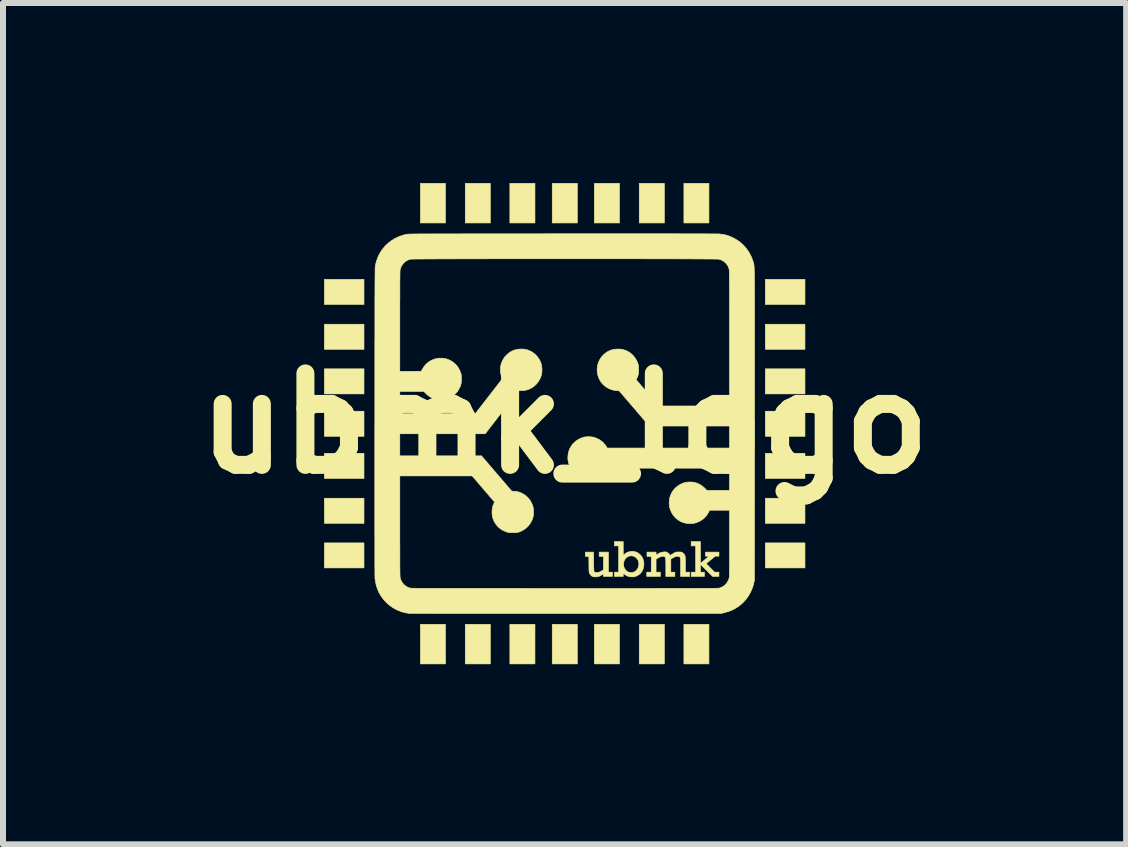
<source format=kicad_pcb>
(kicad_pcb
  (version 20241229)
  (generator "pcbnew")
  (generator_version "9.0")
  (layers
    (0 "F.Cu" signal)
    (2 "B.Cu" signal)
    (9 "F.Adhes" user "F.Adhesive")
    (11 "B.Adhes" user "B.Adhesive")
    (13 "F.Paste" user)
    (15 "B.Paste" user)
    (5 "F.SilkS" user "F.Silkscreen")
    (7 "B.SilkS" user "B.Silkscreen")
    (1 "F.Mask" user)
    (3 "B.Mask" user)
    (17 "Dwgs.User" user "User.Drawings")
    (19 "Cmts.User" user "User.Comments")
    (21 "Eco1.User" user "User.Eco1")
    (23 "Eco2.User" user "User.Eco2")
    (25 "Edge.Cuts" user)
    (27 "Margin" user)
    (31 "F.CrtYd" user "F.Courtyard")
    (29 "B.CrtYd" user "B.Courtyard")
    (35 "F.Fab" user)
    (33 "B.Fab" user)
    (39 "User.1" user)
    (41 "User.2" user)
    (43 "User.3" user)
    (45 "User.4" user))
  (footprint "ubmk_logo"
    (layer "F.Cu")
    (at 6.357 4.007)
    (property "Reference" "ubmk_logo" (at 0 0 0) (layer "F.SilkS") (effects (font (size 1.524 1.524) (thickness 0.3))))
    (attr through_hole)
    (fp_poly (pts (xy -3.342 -1.984) (xy -4.002 -1.984) (xy -4.002 -2.402) (xy -3.342 -2.402) (xy -3.342 -1.984)) (stroke (width 0.01) (type solid)) (fill yes) (layer "F.SilkS"))
    (fp_poly (pts (xy -3.342 -1.237) (xy -4.002 -1.237) (xy -4.002 -1.654) (xy -3.342 -1.654) (xy -3.342 -1.237)) (stroke (width 0.01) (type solid)) (fill yes) (layer "F.SilkS"))
    (fp_poly (pts (xy -3.342 -0.493) (xy -4.002 -0.493) (xy -4.002 -0.911) (xy -3.342 -0.911) (xy -3.342 -0.493)) (stroke (width 0.01) (type solid)) (fill yes) (layer "F.SilkS"))
    (fp_poly (pts (xy -3.342 0.213) (xy -4.002 0.213) (xy -4.002 -0.205) (xy -3.342 -0.205) (xy -3.342 0.213)) (stroke (width 0.01) (type solid)) (fill yes) (layer "F.SilkS"))
    (fp_poly (pts (xy -3.342 0.915) (xy -4.002 0.915) (xy -4.002 0.497) (xy -3.342 0.497) (xy -3.342 0.915)) (stroke (width 0.01) (type solid)) (fill yes) (layer "F.SilkS"))
    (fp_poly (pts (xy -3.342 1.663) (xy -4.002 1.663) (xy -4.002 1.245) (xy -3.342 1.245) (xy -3.342 1.663)) (stroke (width 0.01) (type solid)) (fill yes) (layer "F.SilkS"))
    (fp_poly (pts (xy -3.342 2.406) (xy -4.002 2.406) (xy -4.002 1.989) (xy -3.342 1.989) (xy -3.342 2.406)) (stroke (width 0.01) (type solid)) (fill yes) (layer "F.SilkS"))
    (fp_poly (pts (xy -1.984 -3.342) (xy -2.402 -3.342) (xy -2.402 -4.002) (xy -1.984 -4.002) (xy -1.984 -3.342)) (stroke (width 0.01) (type solid)) (fill yes) (layer "F.SilkS"))
    (fp_poly (pts (xy -1.984 4.006) (xy -2.402 4.006) (xy -2.402 3.346) (xy -1.984 3.346) (xy -1.984 4.006)) (stroke (width 0.01) (type solid)) (fill yes) (layer "F.SilkS"))
    (fp_poly (pts (xy -1.237 -3.342) (xy -1.654 -3.342) (xy -1.654 -4.002) (xy -1.237 -4.002) (xy -1.237 -3.342)) (stroke (width 0.01) (type solid)) (fill yes) (layer "F.SilkS"))
    (fp_poly (pts (xy -1.237 4.006) (xy -1.654 4.006) (xy -1.654 3.346) (xy -1.237 3.346) (xy -1.237 4.006)) (stroke (width 0.01) (type solid)) (fill yes) (layer "F.SilkS"))
    (fp_poly (pts (xy -0.493 -3.342) (xy -0.911 -3.342) (xy -0.911 -4.002) (xy -0.493 -4.002) (xy -0.493 -3.342)) (stroke (width 0.01) (type solid)) (fill yes) (layer "F.SilkS"))
    (fp_poly (pts (xy -0.493 4.006) (xy -0.911 4.006) (xy -0.911 3.346) (xy -0.493 3.346) (xy -0.493 4.006)) (stroke (width 0.01) (type solid)) (fill yes) (layer "F.SilkS"))
    (fp_poly (pts (xy 0.213 -3.342) (xy -0.205 -3.342) (xy -0.205 -4.002) (xy 0.213 -4.002) (xy 0.213 -3.342)) (stroke (width 0.01) (type solid)) (fill yes) (layer "F.SilkS"))
    (fp_poly (pts (xy 0.213 4.006) (xy -0.205 4.006) (xy -0.205 3.346) (xy 0.213 3.346) (xy 0.213 4.006)) (stroke (width 0.01) (type solid)) (fill yes) (layer "F.SilkS"))
    (fp_poly (pts (xy 0.915 -3.342) (xy 0.497 -3.342) (xy 0.497 -4.002) (xy 0.915 -4.002) (xy 0.915 -3.342)) (stroke (width 0.01) (type solid)) (fill yes) (layer "F.SilkS"))
    (fp_poly (pts (xy 0.915 4.006) (xy 0.497 4.006) (xy 0.497 3.346) (xy 0.915 3.346) (xy 0.915 4.006)) (stroke (width 0.01) (type solid)) (fill yes) (layer "F.SilkS"))
    (fp_poly (pts (xy 1.663 -3.342) (xy 1.245 -3.342) (xy 1.245 -4.002) (xy 1.663 -4.002) (xy 1.663 -3.342)) (stroke (width 0.01) (type solid)) (fill yes) (layer "F.SilkS"))
    (fp_poly (pts (xy 1.663 4.006) (xy 1.245 4.006) (xy 1.245 3.346) (xy 1.663 3.346) (xy 1.663 4.006)) (stroke (width 0.01) (type solid)) (fill yes) (layer "F.SilkS"))
    (fp_poly (pts (xy 2.406 -3.342) (xy 1.989 -3.342) (xy 1.989 -4.002) (xy 2.406 -4.002) (xy 2.406 -3.342)) (stroke (width 0.01) (type solid)) (fill yes) (layer "F.SilkS"))
    (fp_poly (pts (xy 2.406 4.006) (xy 1.989 4.006) (xy 1.989 3.346) (xy 2.406 3.346) (xy 2.406 4.006)) (stroke (width 0.01) (type solid)) (fill yes) (layer "F.SilkS"))
    (fp_poly (pts (xy 4.006 -1.984) (xy 3.346 -1.984) (xy 3.346 -2.402) (xy 4.006 -2.402) (xy 4.006 -1.984)) (stroke (width 0.01) (type solid)) (fill yes) (layer "F.SilkS"))
    (fp_poly (pts (xy 4.006 -1.237) (xy 3.346 -1.237) (xy 3.346 -1.654) (xy 4.006 -1.654) (xy 4.006 -1.237)) (stroke (width 0.01) (type solid)) (fill yes) (layer "F.SilkS"))
    (fp_poly (pts (xy 4.006 -0.493) (xy 3.346 -0.493) (xy 3.346 -0.911) (xy 4.006 -0.911) (xy 4.006 -0.493)) (stroke (width 0.01) (type solid)) (fill yes) (layer "F.SilkS"))
    (fp_poly (pts (xy 4.006 0.213) (xy 3.346 0.213) (xy 3.346 -0.205) (xy 4.006 -0.205) (xy 4.006 0.213)) (stroke (width 0.01) (type solid)) (fill yes) (layer "F.SilkS"))
    (fp_poly (pts (xy 4.006 0.915) (xy 3.346 0.915) (xy 3.346 0.497) (xy 4.006 0.497) (xy 4.006 0.915)) (stroke (width 0.01) (type solid)) (fill yes) (layer "F.SilkS"))
    (fp_poly (pts (xy 4.006 1.663) (xy 3.346 1.663) (xy 3.346 1.245) (xy 4.006 1.245) (xy 4.006 1.663)) (stroke (width 0.01) (type solid)) (fill yes) (layer "F.SilkS"))
    (fp_poly (pts (xy 4.006 2.406) (xy 3.346 2.406) (xy 3.346 1.989) (xy 4.006 1.989) (xy 4.006 2.406)) (stroke (width 0.01) (type solid)) (fill yes) (layer "F.SilkS"))
    (fp_poly (pts (xy 2.265 2.149) (xy 2.266 2.33) (xy 2.408 2.212) (xy 2.348 2.21) (xy 2.348 2.143) (xy 2.573 2.143) (xy 2.573 2.21) (xy 2.51 2.21) (xy 2.441 2.267) (xy 2.42 2.285) (xy 2.401 2.3) (xy 2.385 2.313) (xy 2.373 2.323) (xy 2.366 2.329) (xy 2.365 2.33) (xy 2.363 2.332) (xy 2.364 2.336) (xy 2.368 2.342) (xy 2.376 2.351) (xy 2.387 2.363) (xy 2.404 2.38) (xy 2.425 2.402) (xy 2.429 2.406) (xy 2.5 2.477) (xy 2.573 2.477) (xy 2.573 2.548) (xy 2.467 2.548) (xy 2.366 2.447) (xy 2.264 2.346) (xy 2.264 2.477) (xy 2.331 2.477) (xy 2.331 2.548) (xy 2.11 2.548) (xy 2.11 2.477) (xy 2.185 2.477) (xy 2.185 2.039) (xy 2.11 2.039) (xy 2.11 1.968) (xy 2.264 1.968) (xy 2.265 2.149)) (stroke (width 0.01) (type solid)) (fill yes) (layer "F.SilkS"))
    (fp_poly (pts (xy 0.485 2.301) (xy 0.486 2.343) (xy 0.486 2.378) (xy 0.487 2.406) (xy 0.488 2.428) (xy 0.489 2.445) (xy 0.49 2.457) (xy 0.493 2.466) (xy 0.496 2.472) (xy 0.499 2.476) (xy 0.504 2.479) (xy 0.51 2.482) (xy 0.511 2.482) (xy 0.528 2.485) (xy 0.549 2.484) (xy 0.573 2.478) (xy 0.597 2.469) (xy 0.619 2.457) (xy 0.634 2.446) (xy 0.648 2.435) (xy 0.648 2.214) (xy 0.577 2.214) (xy 0.577 2.143) (xy 0.731 2.143) (xy 0.731 2.477) (xy 0.798 2.477) (xy 0.798 2.548) (xy 0.648 2.548) (xy 0.648 2.506) (xy 0.634 2.515) (xy 0.623 2.521) (xy 0.609 2.529) (xy 0.592 2.538) (xy 0.59 2.539) (xy 0.572 2.547) (xy 0.557 2.552) (xy 0.54 2.554) (xy 0.525 2.555) (xy 0.497 2.555) (xy 0.475 2.552) (xy 0.473 2.551) (xy 0.45 2.539) (xy 0.431 2.52) (xy 0.417 2.497) (xy 0.414 2.49) (xy 0.412 2.484) (xy 0.41 2.477) (xy 0.409 2.468) (xy 0.408 2.456) (xy 0.407 2.439) (xy 0.407 2.418) (xy 0.407 2.391) (xy 0.406 2.357) (xy 0.406 2.345) (xy 0.405 2.214) (xy 0.347 2.214) (xy 0.347 2.143) (xy 0.484 2.143) (xy 0.485 2.301)) (stroke (width 0.01) (type solid)) (fill yes) (layer "F.SilkS"))
    (fp_poly (pts (xy 0.978 2.08) (xy 0.978 2.11) (xy 0.978 2.137) (xy 0.978 2.16) (xy 0.979 2.177) (xy 0.979 2.189) (xy 0.98 2.193) (xy 0.98 2.193) (xy 0.984 2.191) (xy 0.993 2.184) (xy 1.001 2.177) (xy 1.032 2.155) (xy 1.067 2.14) (xy 1.105 2.132) (xy 1.143 2.131) (xy 1.176 2.137) (xy 1.209 2.149) (xy 1.238 2.167) (xy 1.264 2.19) (xy 1.289 2.221) (xy 1.307 2.257) (xy 1.318 2.296) (xy 1.323 2.336) (xy 1.32 2.377) (xy 1.311 2.417) (xy 1.294 2.455) (xy 1.285 2.471) (xy 1.264 2.497) (xy 1.241 2.518) (xy 1.211 2.535) (xy 1.204 2.539) (xy 1.187 2.546) (xy 1.174 2.551) (xy 1.159 2.554) (xy 1.141 2.555) (xy 1.135 2.555) (xy 1.103 2.555) (xy 1.078 2.551) (xy 1.075 2.551) (xy 1.043 2.539) (xy 1.015 2.524) (xy 0.996 2.509) (xy 0.987 2.5) (xy 0.981 2.495) (xy 0.979 2.494) (xy 0.978 2.498) (xy 0.978 2.508) (xy 0.978 2.521) (xy 0.978 2.548) (xy 0.831 2.548) (xy 0.831 2.477) (xy 0.902 2.477) (xy 0.902 2.345) (xy 0.983 2.345) (xy 0.985 2.376) (xy 0.994 2.404) (xy 1.008 2.43) (xy 1.027 2.452) (xy 1.05 2.469) (xy 1.077 2.48) (xy 1.107 2.484) (xy 1.118 2.484) (xy 1.145 2.479) (xy 1.166 2.471) (xy 1.192 2.452) (xy 1.212 2.428) (xy 1.227 2.4) (xy 1.236 2.37) (xy 1.239 2.339) (xy 1.235 2.308) (xy 1.225 2.278) (xy 1.207 2.251) (xy 1.203 2.246) (xy 1.179 2.225) (xy 1.152 2.211) (xy 1.124 2.205) (xy 1.095 2.205) (xy 1.068 2.212) (xy 1.042 2.226) (xy 1.019 2.246) (xy 1.001 2.272) (xy 0.997 2.281) (xy 0.986 2.313) (xy 0.983 2.345) (xy 0.902 2.345) (xy 0.902 2.039) (xy 0.831 2.039) (xy 0.831 1.968) (xy 0.978 1.968) (xy 0.978 2.08)) (stroke (width 0.01) (type solid)) (fill yes) (layer "F.SilkS"))
    (fp_poly (pts (xy 1.687 2.14) (xy 1.697 2.143) (xy 1.709 2.148) (xy 1.713 2.15) (xy 1.735 2.165) (xy 1.748 2.181) (xy 1.761 2.2) (xy 1.784 2.183) (xy 1.801 2.173) (xy 1.82 2.161) (xy 1.834 2.154) (xy 1.847 2.148) (xy 1.858 2.144) (xy 1.869 2.142) (xy 1.884 2.141) (xy 1.904 2.141) (xy 1.906 2.141) (xy 1.926 2.141) (xy 1.939 2.142) (xy 1.949 2.143) (xy 1.957 2.146) (xy 1.965 2.151) (xy 1.968 2.154) (xy 1.99 2.173) (xy 2.005 2.197) (xy 2.009 2.209) (xy 2.01 2.218) (xy 2.011 2.233) (xy 2.012 2.255) (xy 2.013 2.282) (xy 2.013 2.312) (xy 2.014 2.346) (xy 2.014 2.351) (xy 2.014 2.477) (xy 2.085 2.477) (xy 2.085 2.548) (xy 1.934 2.548) (xy 1.934 2.4) (xy 1.934 2.357) (xy 1.934 2.323) (xy 1.933 2.295) (xy 1.933 2.272) (xy 1.931 2.255) (xy 1.929 2.243) (xy 1.926 2.233) (xy 1.923 2.227) (xy 1.918 2.222) (xy 1.912 2.218) (xy 1.908 2.216) (xy 1.891 2.211) (xy 1.869 2.212) (xy 1.845 2.219) (xy 1.818 2.231) (xy 1.79 2.247) (xy 1.79 2.247) (xy 1.771 2.26) (xy 1.771 2.477) (xy 1.838 2.477) (xy 1.838 2.548) (xy 1.688 2.548) (xy 1.688 2.399) (xy 1.688 2.359) (xy 1.688 2.327) (xy 1.687 2.301) (xy 1.687 2.281) (xy 1.686 2.266) (xy 1.685 2.255) (xy 1.684 2.246) (xy 1.683 2.24) (xy 1.681 2.236) (xy 1.68 2.235) (xy 1.673 2.224) (xy 1.664 2.216) (xy 1.663 2.215) (xy 1.647 2.211) (xy 1.626 2.213) (xy 1.601 2.22) (xy 1.574 2.232) (xy 1.545 2.248) (xy 1.525 2.261) (xy 1.525 2.477) (xy 1.596 2.477) (xy 1.596 2.548) (xy 1.37 2.548) (xy 1.37 2.477) (xy 1.445 2.477) (xy 1.445 2.214) (xy 1.374 2.214) (xy 1.374 2.143) (xy 1.525 2.143) (xy 1.525 2.193) (xy 1.55 2.177) (xy 1.583 2.158) (xy 1.614 2.147) (xy 1.646 2.141) (xy 1.656 2.14) (xy 1.674 2.139) (xy 1.687 2.14)) (stroke (width 0.01) (type solid)) (fill yes) (layer "F.SilkS"))
    (fp_poly (pts (xy 1.155 -3.162) (xy 1.293 -3.162) (xy 1.423 -3.162) (xy 1.546 -3.162) (xy 1.661 -3.162) (xy 1.769 -3.162) (xy 1.87 -3.162) (xy 1.963 -3.161) (xy 2.05 -3.161) (xy 2.13 -3.161) (xy 2.202 -3.161) (xy 2.269 -3.161) (xy 2.328 -3.161) (xy 2.381 -3.16) (xy 2.428 -3.16) (xy 2.468 -3.16) (xy 2.502 -3.16) (xy 2.53 -3.159) (xy 2.552 -3.159) (xy 2.568 -3.159) (xy 2.578 -3.159) (xy 2.582 -3.158) (xy 2.637 -3.151) (xy 2.688 -3.141) (xy 2.736 -3.126) (xy 2.784 -3.106) (xy 2.82 -3.089) (xy 2.883 -3.052) (xy 2.94 -3.009) (xy 2.992 -2.96) (xy 3.038 -2.905) (xy 3.078 -2.845) (xy 3.111 -2.781) (xy 3.138 -2.712) (xy 3.143 -2.693) (xy 3.145 -2.688) (xy 3.147 -2.683) (xy 3.148 -2.679) (xy 3.149 -2.675) (xy 3.151 -2.671) (xy 3.152 -2.666) (xy 3.153 -2.662) (xy 3.154 -2.656) (xy 3.155 -2.65) (xy 3.156 -2.643) (xy 3.157 -2.635) (xy 3.158 -2.625) (xy 3.159 -2.614) (xy 3.16 -2.601) (xy 3.16 -2.586) (xy 3.161 -2.569) (xy 3.161 -2.549) (xy 3.162 -2.527) (xy 3.163 -2.502) (xy 3.163 -2.474) (xy 3.164 -2.443) (xy 3.164 -2.409) (xy 3.164 -2.371) (xy 3.165 -2.33) (xy 3.165 -2.284) (xy 3.165 -2.235) (xy 3.165 -2.181) (xy 3.166 -2.122) (xy 3.166 -2.059) (xy 3.166 -1.991) (xy 3.166 -1.917) (xy 3.166 -1.839) (xy 3.166 -1.755) (xy 3.166 -1.665) (xy 3.166 -1.57) (xy 3.166 -1.468) (xy 3.166 -1.36) (xy 3.166 -1.245) (xy 3.166 -1.124) (xy 3.166 -0.996) (xy 3.166 -0.861) (xy 3.166 -0.719) (xy 3.166 -0.569) (xy 3.166 -0.411) (xy 3.166 -0.246) (xy 3.166 -0.072) (xy 3.166 0.027) (xy 3.164 2.613) (xy 3.155 2.653) (xy 3.144 2.698) (xy 3.131 2.737) (xy 3.116 2.775) (xy 3.102 2.805) (xy 3.066 2.87) (xy 3.023 2.93) (xy 2.975 2.983) (xy 2.922 3.03) (xy 2.863 3.071) (xy 2.799 3.106) (xy 2.73 3.133) (xy 2.656 3.154) (xy 2.655 3.155) (xy 2.613 3.164) (xy 0.019 3.165) (xy -0.128 3.165) (xy -0.273 3.165) (xy -0.416 3.165) (xy -0.556 3.165) (xy -0.694 3.165) (xy -0.828 3.165) (xy -0.959 3.165) (xy -1.087 3.165) (xy -1.212 3.165) (xy -1.332 3.165) (xy -1.449 3.165) (xy -1.561 3.165) (xy -1.668 3.165) (xy -1.771 3.165) (xy -1.869 3.165) (xy -1.962 3.165) (xy -2.049 3.165) (xy -2.131 3.165) (xy -2.206 3.165) (xy -2.276 3.164) (xy -2.339 3.164) (xy -2.396 3.164) (xy -2.446 3.164) (xy -2.489 3.164) (xy -2.524 3.164) (xy -2.553 3.164) (xy -2.573 3.164) (xy -2.586 3.164) (xy -2.59 3.164) (xy -2.659 3.152) (xy -2.727 3.133) (xy -2.793 3.106) (xy -2.855 3.072) (xy -2.913 3.032) (xy -2.966 2.986) (xy -3.014 2.934) (xy -3.051 2.885) (xy -3.089 2.822) (xy -3.118 2.758) (xy -3.139 2.69) (xy -3.154 2.619) (xy -3.158 2.582) (xy -3.159 2.575) (xy -3.159 2.563) (xy -3.159 2.545) (xy -3.16 2.521) (xy -3.16 2.49) (xy -3.16 2.454) (xy -3.16 2.412) (xy -3.161 2.363) (xy -3.161 2.308) (xy -3.161 2.246) (xy -3.161 2.177) (xy -3.161 2.102) (xy -3.161 2.02) (xy -3.161 1.931) (xy -3.162 1.835) (xy -3.162 1.732) (xy -3.162 1.622) (xy -3.162 1.504) (xy -3.162 1.379) (xy -3.162 1.247) (xy -3.162 1.106) (xy -3.162 0.959) (xy -3.162 0.803) (xy -3.162 0.639) (xy -3.162 0.468) (xy -3.162 0.288) (xy -3.162 0.1) (xy -3.161 -0.031) (xy -3.161 -0.207) (xy -3.161 -0.374) (xy -3.161 -0.534) (xy -3.161 -0.535) (xy -2.745 -0.535) (xy -2.744 -0.35) (xy -2.743 -0.165) (xy -1.486 -0.165) (xy -1.29 -0.418) (xy -1.258 -0.459) (xy -1.227 -0.499) (xy -1.197 -0.538) (xy -1.169 -0.574) (xy -1.143 -0.608) (xy -1.12 -0.637) (xy -1.1 -0.663) (xy -1.084 -0.684) (xy -1.072 -0.699) (xy -1.065 -0.709) (xy -1.036 -0.747) (xy -1.046 -0.771) (xy -1.059 -0.813) (xy -1.067 -0.858) (xy -1.069 -0.905) (xy -1.065 -0.951) (xy -1.057 -0.99) (xy -1.046 -1.02) (xy -1.032 -1.052) (xy -1.015 -1.082) (xy -0.996 -1.109) (xy -0.99 -1.117) (xy -0.951 -1.156) (xy -0.909 -1.189) (xy -0.864 -1.213) (xy -0.816 -1.23) (xy -0.764 -1.239) (xy -0.725 -1.241) (xy -0.69 -1.24) (xy -0.66 -1.237) (xy -0.634 -1.231) (xy -0.606 -1.223) (xy -0.597 -1.219) (xy -0.549 -1.197) (xy -0.506 -1.167) (xy -0.468 -1.132) (xy -0.436 -1.091) (xy -0.409 -1.046) (xy -0.39 -0.998) (xy -0.382 -0.965) (xy -0.378 -0.935) (xy -0.376 -0.902) (xy -0.377 -0.867) (xy -0.38 -0.834) (xy -0.386 -0.805) (xy -0.389 -0.796) (xy -0.409 -0.745) (xy -0.436 -0.699) (xy -0.469 -0.657) (xy -0.507 -0.622) (xy -0.551 -0.592) (xy -0.577 -0.579) (xy -0.611 -0.565) (xy -0.642 -0.556) (xy -0.675 -0.551) (xy -0.713 -0.55) (xy -0.716 -0.55) (xy -0.765 -0.549) (xy -1.044 -0.189) (xy -1.322 0.171) (xy -2.745 0.171) (xy -2.745 0.539) (xy -1.384 0.539) (xy -1.132 0.833) (xy -0.88 1.127) (xy -0.838 1.129) (xy -0.803 1.132) (xy -0.773 1.138) (xy -0.745 1.148) (xy -0.713 1.161) (xy -0.708 1.164) (xy -0.662 1.191) (xy -0.622 1.224) (xy -0.587 1.262) (xy -0.558 1.307) (xy -0.553 1.317) (xy -0.539 1.348) (xy -0.528 1.377) (xy -0.521 1.407) (xy -0.518 1.439) (xy -0.517 1.475) (xy -0.518 1.512) (xy -0.522 1.545) (xy -0.529 1.574) (xy -0.539 1.603) (xy -0.553 1.633) (xy -0.582 1.679) (xy -0.615 1.719) (xy -0.654 1.753) (xy -0.699 1.781) (xy -0.708 1.786) (xy -0.734 1.798) (xy -0.756 1.807) (xy -0.778 1.813) (xy -0.801 1.817) (xy -0.827 1.819) (xy -0.859 1.819) (xy -0.865 1.819) (xy -0.89 1.819) (xy -0.909 1.819) (xy -0.923 1.818) (xy -0.935 1.816) (xy -0.948 1.813) (xy -0.962 1.808) (xy -0.969 1.805) (xy -1.021 1.784) (xy -1.067 1.756) (xy -1.107 1.722) (xy -1.141 1.682) (xy -1.17 1.637) (xy -1.191 1.588) (xy -1.199 1.56) (xy -1.204 1.538) (xy -1.207 1.515) (xy -1.208 1.488) (xy -1.208 1.477) (xy -1.207 1.439) (xy -1.203 1.407) (xy -1.195 1.376) (xy -1.183 1.345) (xy -1.18 1.338) (xy -1.166 1.308) (xy -1.353 1.09) (xy -1.539 0.873) (xy -2.745 0.873) (xy -2.745 1.708) (xy -2.745 1.808) (xy -2.745 1.9) (xy -2.745 1.984) (xy -2.744 2.061) (xy -2.744 2.131) (xy -2.744 2.195) (xy -2.744 2.252) (xy -2.744 2.303) (xy -2.744 2.348) (xy -2.744 2.388) (xy -2.743 2.423) (xy -2.743 2.454) (xy -2.743 2.48) (xy -2.742 2.502) (xy -2.742 2.52) (xy -2.741 2.535) (xy -2.741 2.547) (xy -2.74 2.557) (xy -2.74 2.564) (xy -2.739 2.569) (xy -2.739 2.57) (xy -2.726 2.611) (xy -2.706 2.648) (xy -2.68 2.68) (xy -2.648 2.708) (xy -2.612 2.729) (xy -2.58 2.741) (xy -2.578 2.742) (xy -2.575 2.742) (xy -2.571 2.742) (xy -2.567 2.743) (xy -2.561 2.743) (xy -2.554 2.744) (xy -2.545 2.744) (xy -2.534 2.744) (xy -2.521 2.745) (xy -2.506 2.745) (xy -2.488 2.745) (xy -2.468 2.746) (xy -2.445 2.746) (xy -2.419 2.746) (xy -2.39 2.746) (xy -2.357 2.747) (xy -2.321 2.747) (xy -2.281 2.747) (xy -2.237 2.747) (xy -2.189 2.747) (xy -2.136 2.747) (xy -2.079 2.748) (xy -2.017 2.748) (xy -1.95 2.748) (xy -1.878 2.748) (xy -1.801 2.748) (xy -1.718 2.748) (xy -1.629 2.748) (xy -1.534 2.748) (xy -1.433 2.748) (xy -1.326 2.748) (xy -1.212 2.748) (xy -1.092 2.748) (xy -0.964 2.748) (xy -0.829 2.748) (xy -0.687 2.748) (xy -0.538 2.749) (xy -0.381 2.749) (xy -0.216 2.749) (xy -0.042 2.749) (xy 0.000166 2.749) (xy 0.177 2.749) (xy 0.345 2.749) (xy 0.506 2.749) (xy 0.658 2.749) (xy 0.803 2.749) (xy 0.941 2.749) (xy 1.072 2.749) (xy 1.195 2.749) (xy 1.312 2.749) (xy 1.422 2.749) (xy 1.525 2.748) (xy 1.622 2.748) (xy 1.714 2.748) (xy 1.799 2.748) (xy 1.879 2.748) (xy 1.953 2.748) (xy 2.022 2.748) (xy 2.085 2.748) (xy 2.144 2.748) (xy 2.198 2.748) (xy 2.248 2.747) (xy 2.293 2.747) (xy 2.334 2.747) (xy 2.371 2.747) (xy 2.404 2.747) (xy 2.434 2.746) (xy 2.46 2.746) (xy 2.483 2.746) (xy 2.503 2.746) (xy 2.521 2.745) (xy 2.535 2.745) (xy 2.547 2.745) (xy 2.557 2.744) (xy 2.565 2.744) (xy 2.571 2.744) (xy 2.575 2.743) (xy 2.578 2.743) (xy 2.579 2.743) (xy 2.619 2.728) (xy 2.655 2.707) (xy 2.686 2.679) (xy 2.712 2.646) (xy 2.732 2.609) (xy 2.742 2.579) (xy 2.743 2.574) (xy 2.744 2.569) (xy 2.745 2.561) (xy 2.746 2.552) (xy 2.746 2.54) (xy 2.747 2.524) (xy 2.747 2.506) (xy 2.748 2.483) (xy 2.748 2.456) (xy 2.748 2.425) (xy 2.748 2.388) (xy 2.749 2.346) (xy 2.749 2.297) (xy 2.749 2.243) (xy 2.749 2.181) (xy 2.749 2.112) (xy 2.749 2.035) (xy 2.749 1.999) (xy 2.749 1.445) (xy 2.417 1.445) (xy 2.399 1.48) (xy 2.371 1.526) (xy 2.338 1.565) (xy 2.298 1.6) (xy 2.252 1.628) (xy 2.241 1.633) (xy 2.204 1.649) (xy 2.169 1.66) (xy 2.133 1.666) (xy 2.093 1.668) (xy 2.091 1.668) (xy 2.036 1.664) (xy 1.985 1.653) (xy 1.937 1.634) (xy 1.893 1.608) (xy 1.852 1.574) (xy 1.839 1.561) (xy 1.805 1.519) (xy 1.779 1.474) (xy 1.759 1.425) (xy 1.747 1.374) (xy 1.743 1.322) (xy 1.747 1.269) (xy 1.753 1.237) (xy 1.762 1.209) (xy 1.775 1.177) (xy 1.791 1.146) (xy 1.809 1.118) (xy 1.82 1.104) (xy 1.849 1.072) (xy 1.884 1.043) (xy 1.923 1.018) (xy 1.964 0.998) (xy 2.004 0.984) (xy 2.005 0.984) (xy 2.037 0.978) (xy 2.073 0.975) (xy 2.108 0.975) (xy 2.14 0.977) (xy 2.149 0.979) (xy 2.199 0.991) (xy 2.245 1.011) (xy 2.288 1.037) (xy 2.329 1.071) (xy 2.339 1.081) (xy 2.373 1.115) (xy 2.749 1.115) (xy 2.749 0.744) (xy 1.724 0.744) (xy 0.7 0.744) (xy 0.687 0.763) (xy 0.672 0.784) (xy 0.651 0.807) (xy 0.628 0.829) (xy 0.604 0.849) (xy 0.59 0.858) (xy 0.545 0.883) (xy 0.496 0.901) (xy 0.446 0.911) (xy 0.395 0.914) (xy 0.382 0.913) (xy 0.343 0.909) (xy 0.308 0.901) (xy 0.274 0.889) (xy 0.255 0.881) (xy 0.209 0.855) (xy 0.168 0.824) (xy 0.134 0.787) (xy 0.105 0.747) (xy 0.083 0.703) (xy 0.067 0.656) (xy 0.057 0.608) (xy 0.055 0.559) (xy 0.06 0.509) (xy 0.072 0.46) (xy 0.091 0.412) (xy 0.113 0.375) (xy 0.144 0.334) (xy 0.182 0.298) (xy 0.225 0.268) (xy 0.272 0.244) (xy 0.322 0.228) (xy 0.332 0.225) (xy 0.358 0.222) (xy 0.389 0.22) (xy 0.422 0.221) (xy 0.454 0.223) (xy 0.481 0.228) (xy 0.487 0.229) (xy 0.529 0.244) (xy 0.572 0.264) (xy 0.61 0.289) (xy 0.62 0.297) (xy 0.64 0.314) (xy 0.66 0.336) (xy 0.679 0.359) (xy 0.695 0.381) (xy 0.704 0.396) (xy 0.71 0.409) (xy 2.749 0.409) (xy 2.749 0.042) (xy 1.413 0.042) (xy 1.161 -0.252) (xy 0.91 -0.545) (xy 0.89 -0.546) (xy 0.852 -0.55) (xy 0.814 -0.556) (xy 0.781 -0.565) (xy 0.773 -0.568) (xy 0.725 -0.589) (xy 0.681 -0.617) (xy 0.642 -0.651) (xy 0.608 -0.691) (xy 0.581 -0.736) (xy 0.569 -0.761) (xy 0.554 -0.808) (xy 0.545 -0.857) (xy 0.543 -0.907) (xy 0.548 -0.956) (xy 0.559 -1.002) (xy 0.58 -1.052) (xy 0.608 -1.098) (xy 0.641 -1.138) (xy 0.68 -1.172) (xy 0.723 -1.201) (xy 0.77 -1.222) (xy 0.815 -1.235) (xy 0.84 -1.238) (xy 0.871 -1.24) (xy 0.903 -1.24) (xy 0.933 -1.239) (xy 0.96 -1.236) (xy 0.964 -1.235) (xy 1.014 -1.22) (xy 1.061 -1.198) (xy 1.104 -1.169) (xy 1.142 -1.134) (xy 1.175 -1.093) (xy 1.202 -1.048) (xy 1.221 -1.003) (xy 1.226 -0.987) (xy 1.23 -0.974) (xy 1.232 -0.962) (xy 1.233 -0.949) (xy 1.234 -0.932) (xy 1.234 -0.91) (xy 1.234 -0.898) (xy 1.234 -0.867) (xy 1.233 -0.842) (xy 1.23 -0.821) (xy 1.225 -0.802) (xy 1.218 -0.782) (xy 1.208 -0.758) (xy 1.207 -0.756) (xy 1.194 -0.728) (xy 1.381 -0.51) (xy 1.567 -0.292) (xy 2.749 -0.292) (xy 2.749 -1.418) (xy 2.749 -1.545) (xy 2.749 -1.663) (xy 2.749 -1.774) (xy 2.749 -1.876) (xy 2.749 -1.971) (xy 2.748 -2.058) (xy 2.748 -2.138) (xy 2.748 -2.21) (xy 2.748 -2.276) (xy 2.748 -2.334) (xy 2.747 -2.385) (xy 2.747 -2.43) (xy 2.747 -2.468) (xy 2.746 -2.499) (xy 2.746 -2.525) (xy 2.745 -2.544) (xy 2.745 -2.557) (xy 2.744 -2.565) (xy 2.744 -2.566) (xy 2.732 -2.605) (xy 2.713 -2.641) (xy 2.687 -2.673) (xy 2.656 -2.7) (xy 2.621 -2.721) (xy 2.582 -2.736) (xy 2.57 -2.739) (xy 2.564 -2.739) (xy 2.55 -2.739) (xy 2.528 -2.74) (xy 2.498 -2.74) (xy 2.461 -2.741) (xy 2.417 -2.741) (xy 2.367 -2.741) (xy 2.31 -2.742) (xy 2.247 -2.742) (xy 2.178 -2.742) (xy 2.103 -2.743) (xy 2.023 -2.743) (xy 1.939 -2.743) (xy 1.849 -2.743) (xy 1.755 -2.744) (xy 1.657 -2.744) (xy 1.555 -2.744) (xy 1.449 -2.744) (xy 1.34 -2.744) (xy 1.228 -2.745) (xy 1.113 -2.745) (xy 0.996 -2.745) (xy 0.876 -2.745) (xy 0.755 -2.745) (xy 0.632 -2.745) (xy 0.507 -2.745) (xy 0.381 -2.745) (xy 0.255 -2.745) (xy 0.128 -2.745) (xy 0.00039 -2.745) (xy -0.127 -2.745) (xy -0.254 -2.745) (xy -0.381 -2.745) (xy -0.506 -2.745) (xy -0.631 -2.745) (xy -0.754 -2.745) (xy -0.875 -2.745) (xy -0.995 -2.745) (xy -1.112 -2.745) (xy -1.227 -2.745) (xy -1.339 -2.744) (xy -1.448 -2.744) (xy -1.554 -2.744) (xy -1.655 -2.744) (xy -1.754 -2.744) (xy -1.847 -2.743) (xy -1.937 -2.743) (xy -2.021 -2.743) (xy -2.101 -2.743) (xy -2.175 -2.742) (xy -2.244 -2.742) (xy -2.307 -2.742) (xy -2.364 -2.741) (xy -2.414 -2.741) (xy -2.458 -2.741) (xy -2.495 -2.74) (xy -2.524 -2.74) (xy -2.546 -2.739) (xy -2.56 -2.739) (xy -2.566 -2.739) (xy -2.605 -2.726) (xy -2.641 -2.707) (xy -2.673 -2.681) (xy -2.7 -2.65) (xy -2.722 -2.615) (xy -2.736 -2.577) (xy -2.739 -2.566) (xy -2.739 -2.562) (xy -2.74 -2.556) (xy -2.741 -2.547) (xy -2.741 -2.536) (xy -2.742 -2.522) (xy -2.742 -2.505) (xy -2.742 -2.484) (xy -2.743 -2.46) (xy -2.743 -2.431) (xy -2.743 -2.398) (xy -2.744 -2.36) (xy -2.744 -2.316) (xy -2.744 -2.267) (xy -2.744 -2.212) (xy -2.744 -2.151) (xy -2.744 -2.083) (xy -2.745 -2.009) (xy -2.745 -1.927) (xy -2.745 -1.838) (xy -2.745 -1.74) (xy -2.745 -1.703) (xy -2.745 -0.869) (xy -2.566 -0.869) (xy -2.388 -0.869) (xy -2.371 -0.901) (xy -2.343 -0.946) (xy -2.31 -0.986) (xy -2.272 -1.02) (xy -2.229 -1.047) (xy -2.183 -1.068) (xy -2.135 -1.082) (xy -2.085 -1.089) (xy -2.033 -1.088) (xy -1.981 -1.08) (xy -1.948 -1.07) (xy -1.9 -1.049) (xy -1.856 -1.021) (xy -1.816 -0.987) (xy -1.782 -0.947) (xy -1.754 -0.901) (xy -1.733 -0.851) (xy -1.729 -0.84) (xy -1.725 -0.826) (xy -1.722 -0.813) (xy -1.721 -0.8) (xy -1.72 -0.783) (xy -1.719 -0.76) (xy -1.719 -0.744) (xy -1.72 -0.71) (xy -1.721 -0.683) (xy -1.725 -0.66) (xy -1.731 -0.638) (xy -1.739 -0.616) (xy -1.751 -0.591) (xy -1.753 -0.587) (xy -1.78 -0.54) (xy -1.813 -0.5) (xy -1.852 -0.466) (xy -1.896 -0.438) (xy -1.907 -0.432) (xy -1.943 -0.416) (xy -1.976 -0.405) (xy -2.01 -0.399) (xy -2.048 -0.396) (xy -2.064 -0.396) (xy -2.092 -0.397) (xy -2.115 -0.398) (xy -2.135 -0.401) (xy -2.149 -0.405) (xy -2.198 -0.422) (xy -2.244 -0.446) (xy -2.287 -0.478) (xy -2.32 -0.509) (xy -2.343 -0.535) (xy -2.745 -0.535) (xy -3.161 -0.535) (xy -3.161 -0.686) (xy -3.161 -0.83) (xy -3.161 -0.967) (xy -3.161 -1.096) (xy -3.161 -1.219) (xy -3.161 -1.335) (xy -3.16 -1.444) (xy -3.16 -1.547) (xy -3.16 -1.643) (xy -3.16 -1.734) (xy -3.16 -1.819) (xy -3.16 -1.898) (xy -3.16 -1.972) (xy -3.16 -2.041) (xy -3.16 -2.104) (xy -3.159 -2.163) (xy -3.159 -2.217) (xy -3.159 -2.267) (xy -3.159 -2.312) (xy -3.159 -2.354) (xy -3.158 -2.391) (xy -3.158 -2.425) (xy -3.158 -2.456) (xy -3.158 -2.483) (xy -3.157 -2.507) (xy -3.157 -2.529) (xy -3.157 -2.548) (xy -3.157 -2.564) (xy -3.156 -2.578) (xy -3.156 -2.59) (xy -3.156 -2.6) (xy -3.155 -2.608) (xy -3.155 -2.615) (xy -3.154 -2.62) (xy -3.154 -2.625) (xy -3.153 -2.628) (xy -3.153 -2.631) (xy -3.153 -2.632) (xy -3.148 -2.652) (xy -3.142 -2.675) (xy -3.135 -2.7) (xy -3.131 -2.713) (xy -3.106 -2.781) (xy -3.074 -2.844) (xy -3.035 -2.903) (xy -2.989 -2.957) (xy -2.939 -3.005) (xy -2.883 -3.048) (xy -2.822 -3.085) (xy -2.757 -3.116) (xy -2.688 -3.139) (xy -2.632 -3.153) (xy -2.629 -3.153) (xy -2.626 -3.154) (xy -2.622 -3.154) (xy -2.617 -3.155) (xy -2.611 -3.155) (xy -2.604 -3.156) (xy -2.596 -3.156) (xy -2.586 -3.156) (xy -2.574 -3.157) (xy -2.56 -3.157) (xy -2.544 -3.157) (xy -2.526 -3.158) (xy -2.505 -3.158) (xy -2.481 -3.158) (xy -2.454 -3.158) (xy -2.424 -3.159) (xy -2.391 -3.159) (xy -2.354 -3.159) (xy -2.313 -3.159) (xy -2.269 -3.159) (xy -2.22 -3.16) (xy -2.166 -3.16) (xy -2.109 -3.16) (xy -2.046 -3.16) (xy -1.979 -3.16) (xy -1.906 -3.16) (xy -1.828 -3.16) (xy -1.744 -3.16) (xy -1.655 -3.161) (xy -1.56 -3.161) (xy -1.458 -3.161) (xy -1.351 -3.161) (xy -1.236 -3.161) (xy -1.115 -3.161) (xy -0.987 -3.161) (xy -0.852 -3.161) (xy -0.71 -3.161) (xy -0.56 -3.161) (xy -0.402 -3.161) (xy -0.236 -3.162) (xy -0.063 -3.162) (xy -0.029 -3.162) (xy 0.164 -3.162) (xy 0.349 -3.162) (xy 0.527 -3.162) (xy 0.696 -3.162) (xy 0.857 -3.162) (xy 1.01 -3.162) (xy 1.155 -3.162)) (stroke (width 0.01) (type solid)) (fill yes) (layer "F.SilkS")))
  (gr_rect
    (start -3 -3)
    (end 15.715 11.019)
    (stroke (width 0.1) (type default))
    (fill no)
    (layer "Edge.Cuts")))
</source>
